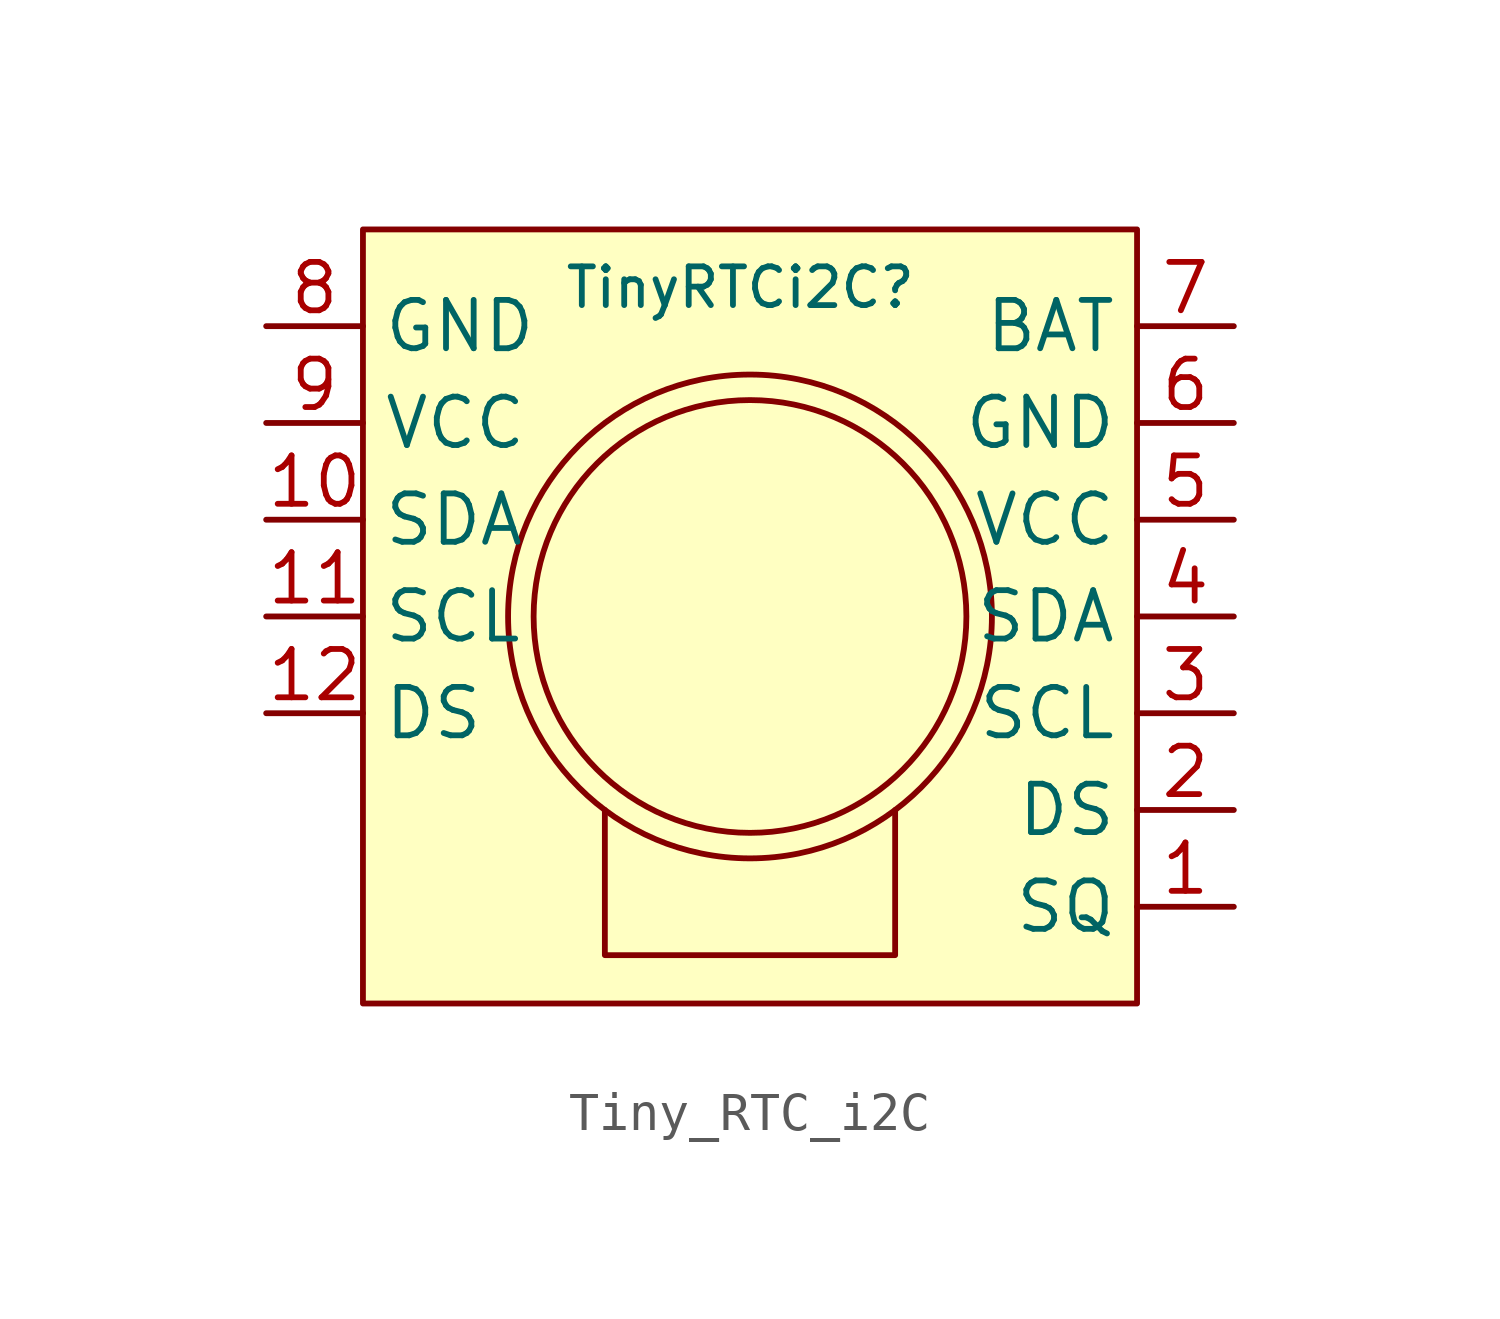
<source format=kicad_sym>
(kicad_symbol_lib
  (version 20231120)
  (generator "kicad_symbol_editor")
  (generator_version "8.0")
  (symbol "Tiny_RTC_i2C"
    (property "Reference" "TinyRTCi2C"
      (at -0.254 8.636 0)
      (effects (font (size 1.016 1.016))))
    (property "Value" ""
      (at -2.54 2.54 0)
      (effects (font (size 1.27 1.27))))
    (symbol "Tiny_RTC_i2C_0_1"
      (polyline (pts (xy 3.81 -5.08) (xy 3.81 -8.89) (xy -3.81 -8.89) (xy -3.81 -5.08)) (stroke (width 0) (type default)) (fill (type none)))
      (circle (center 0 0) (radius 5.68) (stroke (width 0) (type default)) (fill (type none)))
      (circle (center 0 0) (radius 6.35) (stroke (width 0) (type default)) (fill (type none))))
    (symbol "Tiny_RTC_i2C_1_1"
      (rectangle (start -10.16 10.16) (end 10.16 -10.16) (stroke (width 0) (type default)) (fill (type background)))
      (pin input line (at 12.7 -7.62 180) (length 2.54) (name "SQ" (effects (font (size 1.27 1.27)))) (number "1" (effects (font (size 1.27 1.27)))))
      (pin input line (at -12.7 2.54 0) (length 2.54) (name "SDA" (effects (font (size 1.27 1.27)))) (number "10" (effects (font (size 1.27 1.27)))))
      (pin input line (at -12.7 0 0) (length 2.54) (name "SCL" (effects (font (size 1.27 1.27)))) (number "11" (effects (font (size 1.27 1.27)))))
      (pin input line (at -12.7 -2.54 0) (length 2.54) (name "DS" (effects (font (size 1.27 1.27)))) (number "12" (effects (font (size 1.27 1.27)))))
      (pin input line (at 12.7 -5.08 180) (length 2.54) (name "DS" (effects (font (size 1.27 1.27)))) (number "2" (effects (font (size 1.27 1.27)))))
      (pin input line (at 12.7 -2.54 180) (length 2.54) (name "SCL" (effects (font (size 1.27 1.27)))) (number "3" (effects (font (size 1.27 1.27)))))
      (pin input line (at 12.7 0 180) (length 2.54) (name "SDA" (effects (font (size 1.27 1.27)))) (number "4" (effects (font (size 1.27 1.27)))))
      (pin power_in line (at 12.7 2.54 180) (length 2.54) (name "VCC" (effects (font (size 1.27 1.27)))) (number "5" (effects (font (size 1.27 1.27)))))
      (pin power_in line (at 12.7 5.08 180) (length 2.54) (name "GND" (effects (font (size 1.27 1.27)))) (number "6" (effects (font (size 1.27 1.27)))))
      (pin power_in line (at 12.7 7.62 180) (length 2.54) (name "BAT" (effects (font (size 1.27 1.27)))) (number "7" (effects (font (size 1.27 1.27)))))
      (pin power_in line (at -12.7 7.62 0) (length 2.54) (name "GND" (effects (font (size 1.27 1.27)))) (number "8" (effects (font (size 1.27 1.27)))))
      (pin power_in line (at -12.7 5.08 0) (length 2.54) (name "VCC" (effects (font (size 1.27 1.27)))) (number "9" (effects (font (size 1.27 1.27))))))))
</source>
